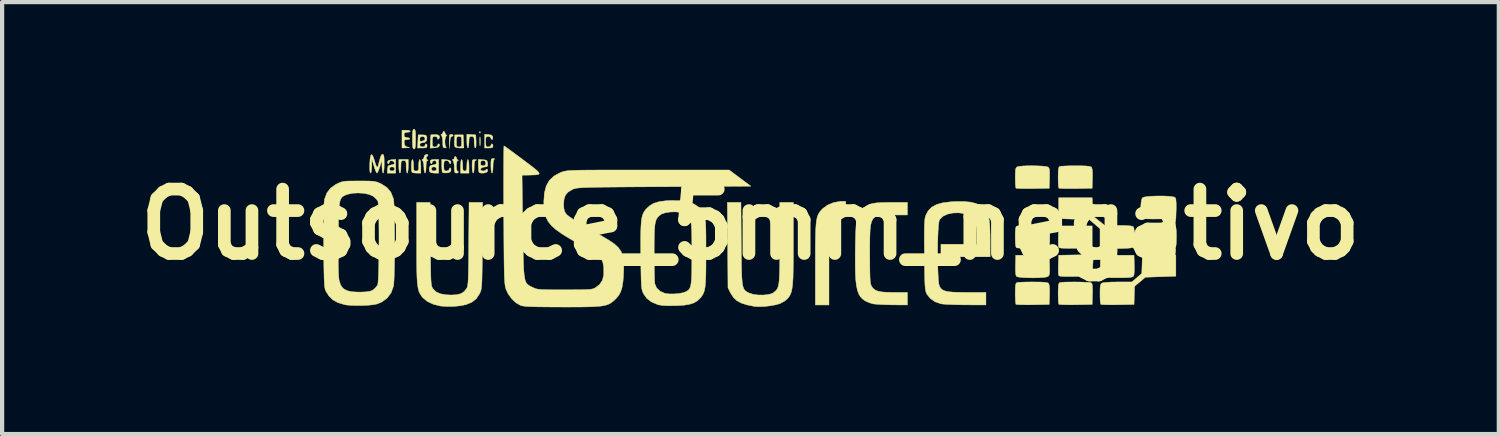
<source format=kicad_pcb>
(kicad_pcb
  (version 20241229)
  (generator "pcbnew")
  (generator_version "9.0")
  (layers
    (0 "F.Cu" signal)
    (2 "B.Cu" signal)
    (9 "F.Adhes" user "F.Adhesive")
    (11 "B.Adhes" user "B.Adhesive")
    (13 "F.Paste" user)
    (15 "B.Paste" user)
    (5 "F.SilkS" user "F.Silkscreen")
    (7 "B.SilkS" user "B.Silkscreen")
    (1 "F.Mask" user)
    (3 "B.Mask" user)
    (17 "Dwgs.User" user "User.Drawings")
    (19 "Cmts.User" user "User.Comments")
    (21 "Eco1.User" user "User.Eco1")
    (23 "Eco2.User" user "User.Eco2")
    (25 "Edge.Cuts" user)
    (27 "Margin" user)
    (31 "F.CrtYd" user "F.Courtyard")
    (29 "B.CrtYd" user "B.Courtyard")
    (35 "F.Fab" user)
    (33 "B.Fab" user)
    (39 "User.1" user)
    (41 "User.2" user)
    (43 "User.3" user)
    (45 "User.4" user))
  (footprint "Outsource_5mm_negativo"
    (layer "F.Cu")
    (at 14.703 2.258)
    (property "Reference" "Outsource_5mm_negativo" (at 0 0 0) (layer "F.SilkS") (effects (font (size 1.524 1.524) (thickness 0.3))))
    (attr through_hole)
    (fp_poly (pts (xy -6.395 -2.195) (xy -6.392 -2.166) (xy -6.395 -2.162) (xy -6.41 -2.165) (xy -6.412 -2.179) (xy -6.403 -2.199) (xy -6.395 -2.195)) (stroke (width 0.01) (type solid)) (fill yes) (layer "F.SilkS"))
    (fp_poly (pts (xy -6.395 -2.058) (xy -6.394 -2.048) (xy -6.39 -1.961) (xy -6.394 -1.878) (xy -6.394 -1.875) (xy -6.399 -1.858) (xy -6.402 -1.884) (xy -6.404 -1.949) (xy -6.404 -1.968) (xy -6.403 -2.038) (xy -6.399 -2.07) (xy -6.395 -2.058)) (stroke (width 0.01) (type solid)) (fill yes) (layer "F.SilkS"))
    (fp_poly (pts (xy -7.04 -2.119) (xy -7.031 -2.104) (xy -7.051 -2.082) (xy -7.067 -2.08) (xy -7.09 -2.064) (xy -7.104 -2.012) (xy -7.112 -1.937) (xy -7.12 -1.795) (xy -7.125 -1.962) (xy -7.126 -2.051) (xy -7.122 -2.101) (xy -7.108 -2.124) (xy -7.083 -2.129) (xy -7.08 -2.129) (xy -7.04 -2.119)) (stroke (width 0.01) (type solid)) (fill yes) (layer "F.SilkS"))
    (fp_poly (pts (xy 8.083 0.557) (xy 7.692 0.564) (xy 7.539 0.566) (xy 7.428 0.565) (xy 7.354 0.561) (xy 7.311 0.553) (xy 7.291 0.541) (xy 7.289 0.537) (xy 7.284 0.499) (xy 7.282 0.424) (xy 7.282 0.326) (xy 7.284 0.27) (xy 7.291 0.037) (xy 8.083 0.037) (xy 8.083 0.557)) (stroke (width 0.01) (type solid)) (fill yes) (layer "F.SilkS"))
    (fp_poly (pts (xy -6.084 -1.558) (xy -6.053 -1.552) (xy -6.059 -1.543) (xy -6.079 -1.51) (xy -6.089 -1.43) (xy -6.09 -1.372) (xy -6.094 -1.289) (xy -6.103 -1.232) (xy -6.115 -1.213) (xy -6.128 -1.236) (xy -6.136 -1.297) (xy -6.14 -1.386) (xy -6.14 -1.386) (xy -6.139 -1.477) (xy -6.133 -1.529) (xy -6.12 -1.552) (xy -6.095 -1.558) (xy -6.084 -1.558)) (stroke (width 0.01) (type solid)) (fill yes) (layer "F.SilkS"))
    (fp_poly (pts (xy -6.517 -1.532) (xy -6.48 -1.527) (xy -6.489 -1.519) (xy -6.492 -1.518) (xy -6.517 -1.502) (xy -6.531 -1.463) (xy -6.535 -1.389) (xy -6.536 -1.36) (xy -6.539 -1.281) (xy -6.549 -1.228) (xy -6.56 -1.213) (xy -6.573 -1.236) (xy -6.582 -1.296) (xy -6.585 -1.374) (xy -6.584 -1.46) (xy -6.579 -1.508) (xy -6.563 -1.529) (xy -6.533 -1.533) (xy -6.517 -1.532)) (stroke (width 0.01) (type solid)) (fill yes) (layer "F.SilkS"))
    (fp_poly (pts (xy -7.941 -2.244) (xy -7.93 -2.214) (xy -7.924 -2.152) (xy -7.922 -2.052) (xy -7.922 -2.018) (xy -7.923 -1.906) (xy -7.928 -1.835) (xy -7.938 -1.796) (xy -7.954 -1.783) (xy -7.959 -1.782) (xy -7.977 -1.791) (xy -7.988 -1.822) (xy -7.994 -1.883) (xy -7.996 -1.984) (xy -7.996 -2.018) (xy -7.995 -2.13) (xy -7.99 -2.201) (xy -7.98 -2.239) (xy -7.965 -2.252) (xy -7.959 -2.253) (xy -7.941 -2.244)) (stroke (width 0.01) (type solid)) (fill yes) (layer "F.SilkS"))
    (fp_poly (pts (xy 7.075 0.965) (xy 7.077 1.078) (xy 7.075 1.152) (xy 7.065 1.197) (xy 7.049 1.224) (xy 7.039 1.231) (xy 6.995 1.246) (xy 6.915 1.256) (xy 6.81 1.262) (xy 6.691 1.265) (xy 6.571 1.263) (xy 6.459 1.258) (xy 6.367 1.25) (xy 6.306 1.237) (xy 6.29 1.228) (xy 6.275 1.182) (xy 6.268 1.09) (xy 6.269 0.962) (xy 6.276 0.73) (xy 7.068 0.73) (xy 7.075 0.965)) (stroke (width 0.01) (type solid)) (fill yes) (layer "F.SilkS"))
    (fp_poly (pts (xy 9.08 0.962) (xy 9.081 1.093) (xy 9.073 1.184) (xy 9.059 1.228) (xy 9.035 1.242) (xy 8.987 1.253) (xy 8.908 1.259) (xy 8.791 1.262) (xy 8.68 1.262) (xy 8.552 1.261) (xy 8.44 1.257) (xy 8.354 1.251) (xy 8.305 1.244) (xy 8.299 1.242) (xy 8.283 1.215) (xy 8.274 1.157) (xy 8.272 1.061) (xy 8.274 0.976) (xy 8.281 0.73) (xy 9.073 0.73) (xy 9.08 0.962)) (stroke (width 0.01) (type solid)) (fill yes) (layer "F.SilkS"))
    (fp_poly (pts (xy -6.671 -1.512) (xy -6.662 -1.452) (xy -6.659 -1.374) (xy -6.659 -1.213) (xy -6.858 -1.213) (xy -6.858 -1.374) (xy -6.854 -1.458) (xy -6.845 -1.516) (xy -6.833 -1.535) (xy -6.819 -1.513) (xy -6.81 -1.455) (xy -6.808 -1.399) (xy -6.806 -1.32) (xy -6.797 -1.279) (xy -6.776 -1.264) (xy -6.758 -1.263) (xy -6.73 -1.268) (xy -6.715 -1.294) (xy -6.709 -1.351) (xy -6.709 -1.399) (xy -6.705 -1.473) (xy -6.694 -1.523) (xy -6.684 -1.535) (xy -6.671 -1.512)) (stroke (width 0.01) (type solid)) (fill yes) (layer "F.SilkS"))
    (fp_poly (pts (xy -6.604 -2.124) (xy -6.499 -2.117) (xy -6.491 -1.962) (xy -6.491 -1.871) (xy -6.499 -1.818) (xy -6.51 -1.807) (xy -6.525 -1.83) (xy -6.534 -1.89) (xy -6.536 -1.943) (xy -6.537 -2.021) (xy -6.546 -2.062) (xy -6.567 -2.077) (xy -6.598 -2.08) (xy -6.633 -2.076) (xy -6.651 -2.057) (xy -6.658 -2.011) (xy -6.659 -1.943) (xy -6.664 -1.869) (xy -6.674 -1.819) (xy -6.684 -1.807) (xy -6.697 -1.83) (xy -6.706 -1.89) (xy -6.709 -1.97) (xy -6.709 -2.132) (xy -6.604 -2.124)) (stroke (width 0.01) (type solid)) (fill yes) (layer "F.SilkS"))
    (fp_poly (pts (xy -8.095 -1.374) (xy -8.099 -1.29) (xy -8.108 -1.232) (xy -8.12 -1.213) (xy -8.133 -1.236) (xy -8.142 -1.295) (xy -8.145 -1.362) (xy -8.146 -1.444) (xy -8.153 -1.488) (xy -8.171 -1.507) (xy -8.205 -1.51) (xy -8.207 -1.51) (xy -8.241 -1.507) (xy -8.26 -1.49) (xy -8.267 -1.447) (xy -8.269 -1.367) (xy -8.269 -1.362) (xy -8.272 -1.282) (xy -8.282 -1.229) (xy -8.293 -1.213) (xy -8.306 -1.236) (xy -8.315 -1.296) (xy -8.318 -1.374) (xy -8.318 -1.535) (xy -8.095 -1.535) (xy -8.095 -1.374)) (stroke (width 0.01) (type solid)) (fill yes) (layer "F.SilkS"))
    (fp_poly (pts (xy 9.856 -0.668) (xy 9.955 -0.659) (xy 10.023 -0.647) (xy 10.049 -0.634) (xy 10.064 -0.587) (xy 10.071 -0.496) (xy 10.071 -0.368) (xy 10.063 -0.136) (xy 9.679 -0.129) (xy 9.516 -0.128) (xy 9.397 -0.13) (xy 9.318 -0.136) (xy 9.274 -0.147) (xy 9.264 -0.153) (xy 9.246 -0.197) (xy 9.236 -0.275) (xy 9.232 -0.371) (xy 9.236 -0.47) (xy 9.247 -0.557) (xy 9.264 -0.617) (xy 9.273 -0.63) (xy 9.314 -0.646) (xy 9.392 -0.659) (xy 9.497 -0.667) (xy 9.616 -0.671) (xy 9.74 -0.672) (xy 9.856 -0.668)) (stroke (width 0.01) (type solid)) (fill yes) (layer "F.SilkS"))
    (fp_poly (pts (xy -7.231 -2.183) (xy -7.229 -2.168) (xy -7.21 -2.127) (xy -7.198 -2.119) (xy -7.18 -2.102) (xy -7.198 -2.09) (xy -7.218 -2.056) (xy -7.228 -1.987) (xy -7.229 -1.956) (xy -7.223 -1.876) (xy -7.206 -1.83) (xy -7.198 -1.824) (xy -7.194 -1.814) (xy -7.223 -1.809) (xy -7.255 -1.813) (xy -7.272 -1.834) (xy -7.278 -1.885) (xy -7.278 -1.938) (xy -7.284 -2.018) (xy -7.297 -2.079) (xy -7.308 -2.099) (xy -7.325 -2.124) (xy -7.308 -2.129) (xy -7.282 -2.149) (xy -7.278 -2.166) (xy -7.265 -2.199) (xy -7.254 -2.203) (xy -7.231 -2.183)) (stroke (width 0.01) (type solid)) (fill yes) (layer "F.SilkS"))
    (fp_poly (pts (xy -7.81 -1.512) (xy -7.801 -1.452) (xy -7.798 -1.374) (xy -7.798 -1.213) (xy -7.893 -1.213) (xy -7.959 -1.217) (xy -8 -1.227) (xy -8.005 -1.23) (xy -8.015 -1.263) (xy -8.02 -1.325) (xy -8.02 -1.399) (xy -8.016 -1.469) (xy -8.007 -1.52) (xy -7.996 -1.535) (xy -7.983 -1.513) (xy -7.974 -1.455) (xy -7.972 -1.399) (xy -7.97 -1.321) (xy -7.961 -1.28) (xy -7.941 -1.265) (xy -7.91 -1.263) (xy -7.874 -1.266) (xy -7.856 -1.285) (xy -7.849 -1.331) (xy -7.848 -1.399) (xy -7.844 -1.473) (xy -7.833 -1.523) (xy -7.823 -1.535) (xy -7.81 -1.512)) (stroke (width 0.01) (type solid)) (fill yes) (layer "F.SilkS"))
    (fp_poly (pts (xy -7.634 -1.65) (xy -7.63 -1.646) (xy -7.632 -1.623) (xy -7.644 -1.616) (xy -7.672 -1.585) (xy -7.674 -1.572) (xy -7.655 -1.533) (xy -7.644 -1.527) (xy -7.625 -1.515) (xy -7.644 -1.512) (xy -7.663 -1.489) (xy -7.673 -1.421) (xy -7.674 -1.362) (xy -7.678 -1.282) (xy -7.688 -1.229) (xy -7.699 -1.213) (xy -7.713 -1.235) (xy -7.722 -1.293) (xy -7.724 -1.344) (xy -7.729 -1.424) (xy -7.743 -1.485) (xy -7.754 -1.505) (xy -7.771 -1.53) (xy -7.754 -1.535) (xy -7.73 -1.556) (xy -7.724 -1.585) (xy -7.708 -1.63) (xy -7.671 -1.655) (xy -7.634 -1.65)) (stroke (width 0.01) (type solid)) (fill yes) (layer "F.SilkS"))
    (fp_poly (pts (xy -7.399 -2.118) (xy -7.359 -2.091) (xy -7.355 -2.05) (xy -7.374 -2.023) (xy -7.397 -2.011) (xy -7.402 -2.037) (xy -7.422 -2.072) (xy -7.464 -2.08) (xy -7.501 -2.076) (xy -7.519 -2.055) (xy -7.525 -2.005) (xy -7.526 -1.956) (xy -7.524 -1.882) (xy -7.514 -1.846) (xy -7.489 -1.833) (xy -7.464 -1.832) (xy -7.414 -1.845) (xy -7.402 -1.869) (xy -7.388 -1.902) (xy -7.376 -1.906) (xy -7.357 -1.887) (xy -7.357 -1.863) (xy -7.379 -1.832) (xy -7.436 -1.815) (xy -7.472 -1.812) (xy -7.578 -1.804) (xy -7.563 -2.117) (xy -7.47 -2.124) (xy -7.399 -2.118)) (stroke (width 0.01) (type solid)) (fill yes) (layer "F.SilkS"))
    (fp_poly (pts (xy -6.959 -1.589) (xy -6.957 -1.574) (xy -6.938 -1.534) (xy -6.926 -1.527) (xy -6.907 -1.515) (xy -6.926 -1.512) (xy -6.943 -1.49) (xy -6.953 -1.436) (xy -6.957 -1.37) (xy -6.953 -1.308) (xy -6.941 -1.269) (xy -6.932 -1.263) (xy -6.908 -1.244) (xy -6.907 -1.238) (xy -6.928 -1.218) (xy -6.957 -1.213) (xy -6.986 -1.219) (xy -7 -1.246) (xy -7.006 -1.304) (xy -7.006 -1.344) (xy -7.011 -1.424) (xy -7.025 -1.485) (xy -7.036 -1.505) (xy -7.053 -1.53) (xy -7.036 -1.535) (xy -7.009 -1.555) (xy -7.006 -1.572) (xy -6.993 -1.605) (xy -6.981 -1.609) (xy -6.959 -1.589)) (stroke (width 0.01) (type solid)) (fill yes) (layer "F.SilkS"))
    (fp_poly (pts (xy -6.195 -2.124) (xy -6.131 -2.113) (xy -6.101 -2.087) (xy -6.095 -2.061) (xy -6.098 -2.018) (xy -6.113 -2.005) (xy -6.137 -2.025) (xy -6.14 -2.042) (xy -6.161 -2.072) (xy -6.201 -2.08) (xy -6.238 -2.076) (xy -6.257 -2.055) (xy -6.263 -2.005) (xy -6.263 -1.956) (xy -6.261 -1.882) (xy -6.251 -1.846) (xy -6.226 -1.833) (xy -6.201 -1.832) (xy -6.152 -1.845) (xy -6.14 -1.869) (xy -6.126 -1.902) (xy -6.115 -1.906) (xy -6.095 -1.886) (xy -6.09 -1.857) (xy -6.098 -1.824) (xy -6.132 -1.81) (xy -6.189 -1.807) (xy -6.288 -1.807) (xy -6.288 -2.132) (xy -6.195 -2.124)) (stroke (width 0.01) (type solid)) (fill yes) (layer "F.SilkS"))
    (fp_poly (pts (xy 6.83 1.363) (xy 6.934 1.367) (xy 7.002 1.375) (xy 7.041 1.386) (xy 7.053 1.396) (xy 7.068 1.443) (xy 7.076 1.534) (xy 7.075 1.662) (xy 7.068 1.894) (xy 6.683 1.901) (xy 6.549 1.902) (xy 6.434 1.901) (xy 6.345 1.898) (xy 6.291 1.894) (xy 6.28 1.89) (xy 6.273 1.86) (xy 6.267 1.791) (xy 6.264 1.696) (xy 6.263 1.632) (xy 6.265 1.517) (xy 6.27 1.443) (xy 6.28 1.4) (xy 6.297 1.379) (xy 6.303 1.377) (xy 6.341 1.371) (xy 6.418 1.367) (xy 6.524 1.363) (xy 6.649 1.362) (xy 6.683 1.362) (xy 6.83 1.363)) (stroke (width 0.01) (type solid)) (fill yes) (layer "F.SilkS"))
    (fp_poly (pts (xy 7.782 1.363) (xy 7.894 1.367) (xy 7.986 1.371) (xy 8.048 1.378) (xy 8.065 1.383) (xy 8.081 1.409) (xy 8.089 1.467) (xy 8.092 1.564) (xy 8.09 1.648) (xy 8.083 1.894) (xy 7.698 1.901) (xy 7.564 1.902) (xy 7.449 1.901) (xy 7.36 1.898) (xy 7.306 1.894) (xy 7.295 1.89) (xy 7.288 1.86) (xy 7.282 1.791) (xy 7.279 1.696) (xy 7.278 1.632) (xy 7.28 1.517) (xy 7.285 1.443) (xy 7.295 1.4) (xy 7.312 1.379) (xy 7.318 1.377) (xy 7.36 1.37) (xy 7.439 1.365) (xy 7.543 1.363) (xy 7.661 1.362) (xy 7.782 1.363)) (stroke (width 0.01) (type solid)) (fill yes) (layer "F.SilkS"))
    (fp_poly (pts (xy 7.845 -1.385) (xy 7.949 -1.381) (xy 8.017 -1.373) (xy 8.056 -1.362) (xy 8.068 -1.352) (xy 8.083 -1.305) (xy 8.091 -1.214) (xy 8.09 -1.086) (xy 8.083 -0.854) (xy 7.698 -0.847) (xy 7.564 -0.846) (xy 7.449 -0.847) (xy 7.36 -0.85) (xy 7.306 -0.854) (xy 7.295 -0.858) (xy 7.288 -0.888) (xy 7.282 -0.957) (xy 7.279 -1.052) (xy 7.278 -1.116) (xy 7.28 -1.231) (xy 7.285 -1.305) (xy 7.295 -1.348) (xy 7.312 -1.369) (xy 7.318 -1.371) (xy 7.356 -1.377) (xy 7.433 -1.381) (xy 7.539 -1.385) (xy 7.664 -1.386) (xy 7.698 -1.386) (xy 7.845 -1.385)) (stroke (width 0.01) (type solid)) (fill yes) (layer "F.SilkS"))
    (fp_poly (pts (xy -8.083 -2.223) (xy -8.048 -2.209) (xy -8.046 -2.203) (xy -8.067 -2.186) (xy -8.119 -2.179) (xy -8.12 -2.179) (xy -8.173 -2.172) (xy -8.193 -2.144) (xy -8.194 -2.117) (xy -8.184 -2.069) (xy -8.144 -2.055) (xy -8.134 -2.055) (xy -8.081 -2.046) (xy -8.058 -2.03) (xy -8.068 -2.013) (xy -8.116 -2.005) (xy -8.12 -2.005) (xy -8.173 -2.001) (xy -8.191 -1.977) (xy -8.19 -1.925) (xy -8.176 -1.866) (xy -8.139 -1.837) (xy -8.108 -1.829) (xy -8.067 -1.819) (xy -8.068 -1.814) (xy -8.114 -1.811) (xy -8.139 -1.81) (xy -8.244 -1.807) (xy -8.244 -2.228) (xy -8.145 -2.228) (xy -8.083 -2.223)) (stroke (width 0.01) (type solid)) (fill yes) (layer "F.SilkS"))
    (fp_poly (pts (xy -6.788 -1.962) (xy -6.781 -1.807) (xy -6.882 -1.807) (xy -6.957 -1.816) (xy -6.995 -1.839) (xy -6.996 -1.841) (xy -7.002 -1.885) (xy -7.003 -1.956) (xy -6.957 -1.956) (xy -6.955 -1.882) (xy -6.944 -1.846) (xy -6.919 -1.833) (xy -6.895 -1.832) (xy -6.858 -1.836) (xy -6.84 -1.856) (xy -6.833 -1.906) (xy -6.833 -1.956) (xy -6.835 -2.029) (xy -6.845 -2.066) (xy -6.87 -2.078) (xy -6.895 -2.08) (xy -6.931 -2.076) (xy -6.95 -2.055) (xy -6.956 -2.005) (xy -6.957 -1.956) (xy -7.003 -1.956) (xy -7.003 -1.957) (xy -7.001 -1.996) (xy -6.994 -2.117) (xy -6.796 -2.117) (xy -6.788 -1.962)) (stroke (width 0.01) (type solid)) (fill yes) (layer "F.SilkS"))
    (fp_poly (pts (xy 6.791 -1.384) (xy 6.9 -1.379) (xy 6.985 -1.37) (xy 7.035 -1.358) (xy 7.039 -1.355) (xy 7.06 -1.333) (xy 7.072 -1.297) (xy 7.077 -1.235) (xy 7.076 -1.139) (xy 7.075 -1.089) (xy 7.068 -0.854) (xy 6.683 -0.847) (xy 6.549 -0.846) (xy 6.434 -0.847) (xy 6.345 -0.85) (xy 6.291 -0.854) (xy 6.28 -0.858) (xy 6.273 -0.888) (xy 6.267 -0.957) (xy 6.264 -1.051) (xy 6.263 -1.105) (xy 6.265 -1.215) (xy 6.269 -1.286) (xy 6.28 -1.328) (xy 6.297 -1.352) (xy 6.311 -1.361) (xy 6.359 -1.373) (xy 6.443 -1.381) (xy 6.551 -1.386) (xy 6.671 -1.387) (xy 6.791 -1.384)) (stroke (width 0.01) (type solid)) (fill yes) (layer "F.SilkS"))
    (fp_poly (pts (xy 10.063 1.225) (xy 9.703 1.238) (xy 9.342 1.25) (xy 9.215 1.357) (xy 9.087 1.464) (xy 9.08 1.679) (xy 9.073 1.894) (xy 8.688 1.901) (xy 8.555 1.902) (xy 8.439 1.901) (xy 8.35 1.898) (xy 8.297 1.894) (xy 8.286 1.89) (xy 8.278 1.86) (xy 8.272 1.791) (xy 8.269 1.697) (xy 8.269 1.643) (xy 8.27 1.533) (xy 8.275 1.462) (xy 8.285 1.42) (xy 8.303 1.396) (xy 8.317 1.387) (xy 8.358 1.378) (xy 8.439 1.37) (xy 8.547 1.364) (xy 8.672 1.362) (xy 8.694 1.361) (xy 9.024 1.361) (xy 9.14 1.261) (xy 9.257 1.161) (xy 9.271 0.73) (xy 10.063 0.73) (xy 10.063 1.225)) (stroke (width 0.01) (type solid)) (fill yes) (layer "F.SilkS"))
    (fp_poly (pts (xy -8.392 -1.213) (xy -8.593 -1.213) (xy -8.586 -1.306) (xy -8.585 -1.312) (xy -8.541 -1.312) (xy -8.526 -1.273) (xy -8.479 -1.263) (xy -8.431 -1.274) (xy -8.417 -1.312) (xy -8.432 -1.351) (xy -8.479 -1.362) (xy -8.528 -1.35) (xy -8.541 -1.312) (xy -8.585 -1.312) (xy -8.576 -1.368) (xy -8.552 -1.396) (xy -8.5 -1.406) (xy -8.496 -1.407) (xy -8.439 -1.419) (xy -8.421 -1.445) (xy -8.422 -1.456) (xy -8.445 -1.49) (xy -8.486 -1.506) (xy -8.525 -1.502) (xy -8.541 -1.475) (xy -8.555 -1.441) (xy -8.568 -1.436) (xy -8.586 -1.456) (xy -8.586 -1.479) (xy -8.559 -1.513) (xy -8.493 -1.53) (xy -8.485 -1.53) (xy -8.392 -1.538) (xy -8.392 -1.213)) (stroke (width 0.01) (type solid)) (fill yes) (layer "F.SilkS"))
    (fp_poly (pts (xy -7.198 -1.53) (xy -7.124 -1.518) (xy -7.09 -1.493) (xy -7.085 -1.479) (xy -7.09 -1.443) (xy -7.103 -1.436) (xy -7.127 -1.456) (xy -7.13 -1.473) (xy -7.151 -1.503) (xy -7.192 -1.51) (xy -7.228 -1.506) (xy -7.247 -1.486) (xy -7.253 -1.436) (xy -7.254 -1.386) (xy -7.252 -1.313) (xy -7.241 -1.276) (xy -7.217 -1.264) (xy -7.192 -1.263) (xy -7.142 -1.275) (xy -7.13 -1.3) (xy -7.116 -1.333) (xy -7.103 -1.337) (xy -7.086 -1.316) (xy -7.085 -1.281) (xy -7.102 -1.241) (xy -7.147 -1.222) (xy -7.18 -1.218) (xy -7.243 -1.218) (xy -7.283 -1.226) (xy -7.285 -1.228) (xy -7.295 -1.261) (xy -7.301 -1.327) (xy -7.303 -1.392) (xy -7.303 -1.538) (xy -7.198 -1.53)) (stroke (width 0.01) (type solid)) (fill yes) (layer "F.SilkS"))
    (fp_poly (pts (xy -7.377 -1.213) (xy -7.477 -1.213) (xy -7.554 -1.222) (xy -7.59 -1.248) (xy -7.591 -1.248) (xy -7.598 -1.301) (xy -7.598 -1.312) (xy -7.551 -1.312) (xy -7.536 -1.273) (xy -7.489 -1.263) (xy -7.44 -1.274) (xy -7.427 -1.312) (xy -7.441 -1.351) (xy -7.489 -1.362) (xy -7.537 -1.35) (xy -7.551 -1.312) (xy -7.598 -1.312) (xy -7.596 -1.341) (xy -7.578 -1.384) (xy -7.53 -1.404) (xy -7.507 -1.406) (xy -7.449 -1.42) (xy -7.428 -1.452) (xy -7.427 -1.462) (xy -7.445 -1.502) (xy -7.476 -1.51) (xy -7.517 -1.495) (xy -7.526 -1.473) (xy -7.539 -1.44) (xy -7.551 -1.436) (xy -7.571 -1.457) (xy -7.575 -1.485) (xy -7.567 -1.518) (xy -7.534 -1.532) (xy -7.476 -1.535) (xy -7.377 -1.535) (xy -7.377 -1.213)) (stroke (width 0.01) (type solid)) (fill yes) (layer "F.SilkS"))
    (fp_poly (pts (xy 6.767 0.026) (xy 6.879 0.028) (xy 6.971 0.032) (xy 7.029 0.037) (xy 7.041 0.04) (xy 7.06 0.056) (xy 7.072 0.092) (xy 7.078 0.157) (xy 7.08 0.26) (xy 7.08 0.297) (xy 7.079 0.413) (xy 7.074 0.488) (xy 7.064 0.531) (xy 7.047 0.551) (xy 7.041 0.554) (xy 7.002 0.56) (xy 6.925 0.564) (xy 6.822 0.566) (xy 6.704 0.567) (xy 6.583 0.567) (xy 6.469 0.565) (xy 6.375 0.561) (xy 6.312 0.557) (xy 6.294 0.553) (xy 6.278 0.527) (xy 6.268 0.463) (xy 6.264 0.356) (xy 6.263 0.298) (xy 6.265 0.182) (xy 6.27 0.107) (xy 6.28 0.063) (xy 6.296 0.043) (xy 6.303 0.04) (xy 6.343 0.034) (xy 6.422 0.029) (xy 6.527 0.026) (xy 6.646 0.025) (xy 6.767 0.026)) (stroke (width 0.01) (type solid)) (fill yes) (layer "F.SilkS"))
    (fp_poly (pts (xy 9.641 0.025) (xy 9.772 0.026) (xy 9.887 0.029) (xy 9.975 0.033) (xy 10.028 0.038) (xy 10.037 0.04) (xy 10.055 0.056) (xy 10.067 0.092) (xy 10.073 0.157) (xy 10.076 0.26) (xy 10.076 0.297) (xy 10.074 0.413) (xy 10.069 0.488) (xy 10.059 0.531) (xy 10.043 0.551) (xy 10.037 0.554) (xy 9.999 0.56) (xy 9.921 0.564) (xy 9.815 0.568) (xy 9.689 0.569) (xy 9.641 0.569) (xy 9.501 0.569) (xy 9.402 0.567) (xy 9.336 0.562) (xy 9.296 0.553) (xy 9.273 0.54) (xy 9.26 0.522) (xy 9.247 0.473) (xy 9.238 0.393) (xy 9.234 0.298) (xy 9.234 0.297) (xy 9.235 0.197) (xy 9.241 0.124) (xy 9.26 0.076) (xy 9.3 0.046) (xy 9.366 0.031) (xy 9.466 0.026) (xy 9.608 0.025) (xy 9.641 0.025)) (stroke (width 0.01) (type solid)) (fill yes) (layer "F.SilkS"))
    (fp_poly (pts (xy -7.697 -2.113) (xy -7.667 -2.096) (xy -7.655 -2.054) (xy -7.654 -2.045) (xy -7.662 -1.977) (xy -7.707 -1.94) (xy -7.767 -1.931) (xy -7.813 -1.917) (xy -7.823 -1.881) (xy -7.808 -1.843) (xy -7.761 -1.832) (xy -7.711 -1.845) (xy -7.699 -1.869) (xy -7.686 -1.902) (xy -7.674 -1.906) (xy -7.654 -1.886) (xy -7.65 -1.857) (xy -7.657 -1.826) (xy -7.687 -1.811) (xy -7.752 -1.807) (xy -7.762 -1.807) (xy -7.875 -1.807) (xy -7.868 -1.962) (xy -7.865 -2.015) (xy -7.823 -2.015) (xy -7.816 -1.969) (xy -7.789 -1.964) (xy -7.784 -1.965) (xy -7.737 -1.979) (xy -7.722 -1.981) (xy -7.703 -2.001) (xy -7.699 -2.03) (xy -7.714 -2.069) (xy -7.761 -2.08) (xy -7.808 -2.07) (xy -7.823 -2.031) (xy -7.823 -2.015) (xy -7.865 -2.015) (xy -7.86 -2.117) (xy -7.761 -2.117) (xy -7.697 -2.113)) (stroke (width 0.01) (type solid)) (fill yes) (layer "F.SilkS"))
    (fp_poly (pts (xy 2.253 -0.41) (xy 2.251 -0.332) (xy 2.242 -0.29) (xy 2.217 -0.27) (xy 2.17 -0.259) (xy 2.169 -0.259) (xy 2.088 -0.234) (xy 2.008 -0.196) (xy 2.007 -0.195) (xy 1.97 -0.172) (xy 1.941 -0.146) (xy 1.916 -0.114) (xy 1.897 -0.071) (xy 1.883 -0.011) (xy 1.872 0.07) (xy 1.865 0.176) (xy 1.861 0.313) (xy 1.858 0.485) (xy 1.857 0.696) (xy 1.857 0.952) (xy 1.857 1.906) (xy 1.535 1.906) (xy 1.535 0.933) (xy 1.535 0.666) (xy 1.536 0.444) (xy 1.539 0.262) (xy 1.544 0.114) (xy 1.552 -0.004) (xy 1.563 -0.097) (xy 1.579 -0.17) (xy 1.599 -0.227) (xy 1.625 -0.275) (xy 1.657 -0.317) (xy 1.696 -0.359) (xy 1.71 -0.374) (xy 1.825 -0.458) (xy 1.968 -0.516) (xy 2.123 -0.544) (xy 2.158 -0.545) (xy 2.253 -0.545) (xy 2.253 -0.41)) (stroke (width 0.01) (type solid)) (fill yes) (layer "F.SilkS"))
    (fp_poly (pts (xy -6.331 -1.53) (xy -6.265 -1.522) (xy -6.233 -1.504) (xy -6.221 -1.463) (xy -6.218 -1.442) (xy -6.218 -1.386) (xy -6.238 -1.364) (xy -6.26 -1.362) (xy -6.336 -1.35) (xy -6.38 -1.32) (xy -6.387 -1.297) (xy -6.368 -1.272) (xy -6.324 -1.263) (xy -6.279 -1.272) (xy -6.256 -1.294) (xy -6.236 -1.311) (xy -6.227 -1.307) (xy -6.218 -1.272) (xy -6.222 -1.251) (xy -6.254 -1.227) (xy -6.312 -1.214) (xy -6.374 -1.213) (xy -6.418 -1.228) (xy -6.42 -1.23) (xy -6.429 -1.261) (xy -6.435 -1.327) (xy -6.437 -1.392) (xy -6.437 -1.448) (xy -6.387 -1.448) (xy -6.377 -1.401) (xy -6.337 -1.387) (xy -6.325 -1.386) (xy -6.278 -1.397) (xy -6.264 -1.437) (xy -6.263 -1.448) (xy -6.274 -1.495) (xy -6.314 -1.51) (xy -6.325 -1.51) (xy -6.372 -1.5) (xy -6.387 -1.46) (xy -6.387 -1.448) (xy -6.437 -1.448) (xy -6.437 -1.538) (xy -6.331 -1.53)) (stroke (width 0.01) (type solid)) (fill yes) (layer "F.SilkS"))
    (fp_poly (pts (xy -8.683 -1.649) (xy -8.672 -1.616) (xy -8.666 -1.549) (xy -8.665 -1.442) (xy -8.665 -1.436) (xy -8.667 -1.329) (xy -8.675 -1.253) (xy -8.685 -1.216) (xy -8.689 -1.213) (xy -8.703 -1.236) (xy -8.712 -1.294) (xy -8.717 -1.368) (xy -8.719 -1.523) (xy -8.767 -1.368) (xy -8.794 -1.289) (xy -8.819 -1.233) (xy -8.835 -1.213) (xy -8.852 -1.235) (xy -8.877 -1.292) (xy -8.904 -1.374) (xy -8.906 -1.38) (xy -8.957 -1.547) (xy -8.959 -1.38) (xy -8.964 -1.291) (xy -8.975 -1.232) (xy -8.988 -1.213) (xy -9 -1.237) (xy -9.007 -1.306) (xy -9.006 -1.416) (xy -9.006 -1.428) (xy -8.998 -1.55) (xy -8.984 -1.625) (xy -8.965 -1.652) (xy -8.94 -1.631) (xy -8.911 -1.56) (xy -8.898 -1.518) (xy -8.867 -1.418) (xy -8.843 -1.364) (xy -8.823 -1.354) (xy -8.807 -1.386) (xy -8.803 -1.403) (xy -8.773 -1.519) (xy -8.751 -1.595) (xy -8.732 -1.638) (xy -8.713 -1.656) (xy -8.701 -1.659) (xy -8.683 -1.649)) (stroke (width 0.01) (type solid)) (fill yes) (layer "F.SilkS"))
    (fp_poly (pts (xy 8.095 -0.412) (xy 8.108 -0.193) (xy 8.244 -0.084) (xy 8.38 0.025) (xy 8.703 0.025) (xy 8.863 0.027) (xy 8.975 0.034) (xy 9.04 0.046) (xy 9.056 0.054) (xy 9.071 0.095) (xy 9.081 0.169) (xy 9.086 0.264) (xy 9.085 0.363) (xy 9.078 0.452) (xy 9.067 0.517) (xy 9.056 0.54) (xy 9.016 0.554) (xy 8.93 0.564) (xy 8.796 0.569) (xy 8.706 0.569) (xy 8.385 0.569) (xy 8.246 0.683) (xy 8.108 0.797) (xy 8.095 1.011) (xy 8.083 1.225) (xy 7.692 1.232) (xy 7.539 1.234) (xy 7.429 1.233) (xy 7.355 1.229) (xy 7.311 1.221) (xy 7.291 1.209) (xy 7.289 1.206) (xy 7.284 1.167) (xy 7.282 1.092) (xy 7.282 0.995) (xy 7.284 0.951) (xy 7.291 0.73) (xy 8.006 0.717) (xy 8.137 0.615) (xy 8.269 0.514) (xy 8.269 0.102) (xy 8.021 -0.111) (xy 7.656 -0.124) (xy 7.291 -0.136) (xy 7.291 -0.631) (xy 8.083 -0.631) (xy 8.095 -0.412)) (stroke (width 0.01) (type solid)) (fill yes) (layer "F.SilkS"))
    (fp_poly (pts (xy -0.218 0.452) (xy -0.216 0.712) (xy -0.213 0.927) (xy -0.21 1.102) (xy -0.205 1.241) (xy -0.197 1.349) (xy -0.186 1.432) (xy -0.17 1.492) (xy -0.151 1.536) (xy -0.125 1.567) (xy -0.094 1.591) (xy -0.055 1.612) (xy -0.032 1.623) (xy 0.061 1.654) (xy 0.178 1.67) (xy 0.301 1.672) (xy 0.416 1.661) (xy 0.506 1.637) (xy 0.537 1.62) (xy 0.574 1.591) (xy 0.606 1.563) (xy 0.631 1.529) (xy 0.651 1.486) (xy 0.666 1.429) (xy 0.677 1.352) (xy 0.684 1.251) (xy 0.689 1.122) (xy 0.692 0.958) (xy 0.693 0.756) (xy 0.693 0.511) (xy 0.693 0.439) (xy 0.693 -0.52) (xy 1.015 -0.52) (xy 1.015 0.453) (xy 1.015 0.723) (xy 1.013 0.948) (xy 1.01 1.132) (xy 1.006 1.282) (xy 0.998 1.402) (xy 0.987 1.497) (xy 0.973 1.571) (xy 0.955 1.63) (xy 0.932 1.679) (xy 0.904 1.721) (xy 0.877 1.755) (xy 0.817 1.807) (xy 0.734 1.856) (xy 0.684 1.878) (xy 0.59 1.904) (xy 0.467 1.926) (xy 0.334 1.941) (xy 0.209 1.947) (xy 0.111 1.943) (xy 0.099 1.941) (xy -0.08 1.905) (xy -0.217 1.861) (xy -0.321 1.805) (xy -0.401 1.731) (xy -0.463 1.636) (xy -0.473 1.618) (xy -0.532 1.498) (xy -0.547 -0.52) (xy -0.225 -0.52) (xy -0.218 0.452)) (stroke (width 0.01) (type solid)) (fill yes) (layer "F.SilkS"))
    (fp_poly (pts (xy 3.713 -0.223) (xy 3.378 -0.223) (xy 3.234 -0.223) (xy 3.118 -0.219) (xy 3.026 -0.207) (xy 2.955 -0.182) (xy 2.903 -0.139) (xy 2.867 -0.074) (xy 2.843 0.018) (xy 2.83 0.142) (xy 2.824 0.302) (xy 2.822 0.503) (xy 2.822 0.694) (xy 2.823 0.902) (xy 2.824 1.066) (xy 2.826 1.193) (xy 2.83 1.287) (xy 2.835 1.356) (xy 2.843 1.404) (xy 2.853 1.438) (xy 2.864 1.463) (xy 2.905 1.518) (xy 2.957 1.557) (xy 3.029 1.584) (xy 3.128 1.6) (xy 3.262 1.608) (xy 3.389 1.609) (xy 3.713 1.609) (xy 3.713 1.906) (xy 3.361 1.904) (xy 3.223 1.901) (xy 3.094 1.896) (xy 2.986 1.889) (xy 2.912 1.882) (xy 2.901 1.88) (xy 2.81 1.853) (xy 2.724 1.815) (xy 2.71 1.807) (xy 2.65 1.763) (xy 2.599 1.709) (xy 2.559 1.641) (xy 2.529 1.554) (xy 2.506 1.443) (xy 2.49 1.303) (xy 2.481 1.13) (xy 2.478 0.919) (xy 2.479 0.664) (xy 2.48 0.571) (xy 2.484 0.35) (xy 2.49 0.171) (xy 2.498 0.03) (xy 2.51 -0.08) (xy 2.528 -0.166) (xy 2.552 -0.233) (xy 2.584 -0.288) (xy 2.626 -0.337) (xy 2.678 -0.386) (xy 2.681 -0.389) (xy 2.741 -0.435) (xy 2.804 -0.469) (xy 2.88 -0.493) (xy 2.978 -0.508) (xy 3.104 -0.516) (xy 3.269 -0.52) (xy 3.336 -0.52) (xy 3.713 -0.52) (xy 3.713 -0.223)) (stroke (width 0.01) (type solid)) (fill yes) (layer "F.SilkS"))
    (fp_poly (pts (xy -7.57 0.464) (xy -7.568 0.711) (xy -7.567 0.913) (xy -7.565 1.075) (xy -7.562 1.202) (xy -7.559 1.299) (xy -7.554 1.372) (xy -7.548 1.424) (xy -7.541 1.461) (xy -7.531 1.488) (xy -7.519 1.509) (xy -7.507 1.527) (xy -7.437 1.596) (xy -7.339 1.641) (xy -7.206 1.665) (xy -7.079 1.671) (xy -6.946 1.663) (xy -6.848 1.638) (xy -6.774 1.59) (xy -6.716 1.517) (xy -6.704 1.497) (xy -6.695 1.469) (xy -6.688 1.429) (xy -6.682 1.373) (xy -6.677 1.294) (xy -6.674 1.19) (xy -6.671 1.054) (xy -6.668 0.881) (xy -6.666 0.669) (xy -6.665 0.465) (xy -6.657 -0.52) (xy -6.335 -0.52) (xy -6.343 0.501) (xy -6.344 0.753) (xy -6.346 0.96) (xy -6.348 1.127) (xy -6.351 1.26) (xy -6.354 1.364) (xy -6.359 1.442) (xy -6.365 1.501) (xy -6.372 1.545) (xy -6.382 1.58) (xy -6.393 1.609) (xy -6.407 1.639) (xy -6.408 1.64) (xy -6.485 1.757) (xy -6.59 1.84) (xy -6.724 1.896) (xy -6.855 1.924) (xy -7.013 1.94) (xy -7.177 1.943) (xy -7.324 1.932) (xy -7.338 1.93) (xy -7.507 1.888) (xy -7.648 1.821) (xy -7.751 1.734) (xy -7.764 1.719) (xy -7.796 1.675) (xy -7.822 1.63) (xy -7.844 1.581) (xy -7.86 1.52) (xy -7.873 1.445) (xy -7.883 1.349) (xy -7.89 1.228) (xy -7.894 1.076) (xy -7.896 0.889) (xy -7.897 0.662) (xy -7.897 0.442) (xy -7.897 -0.52) (xy -7.578 -0.52) (xy -7.57 0.464)) (stroke (width 0.01) (type solid)) (fill yes) (layer "F.SilkS"))
    (fp_poly (pts (xy 5.201 -0.527) (xy 5.329 -0.497) (xy 5.432 -0.448) (xy 5.519 -0.379) (xy 5.522 -0.375) (xy 5.571 -0.319) (xy 5.608 -0.253) (xy 5.634 -0.172) (xy 5.653 -0.068) (xy 5.663 0.067) (xy 5.668 0.24) (xy 5.669 0.373) (xy 5.669 0.767) (xy 4.506 0.767) (xy 4.506 0.47) (xy 5.347 0.47) (xy 5.347 0.234) (xy 5.343 0.096) (xy 5.331 -0.014) (xy 5.313 -0.084) (xy 5.255 -0.162) (xy 5.163 -0.22) (xy 5.047 -0.258) (xy 4.918 -0.274) (xy 4.786 -0.269) (xy 4.663 -0.243) (xy 4.558 -0.195) (xy 4.484 -0.125) (xy 4.47 -0.102) (xy 4.457 -0.051) (xy 4.447 0.041) (xy 4.438 0.166) (xy 4.432 0.317) (xy 4.428 0.484) (xy 4.427 0.661) (xy 4.428 0.838) (xy 4.431 1.009) (xy 4.437 1.164) (xy 4.444 1.296) (xy 4.455 1.396) (xy 4.467 1.456) (xy 4.47 1.464) (xy 4.5 1.511) (xy 4.54 1.547) (xy 4.596 1.573) (xy 4.674 1.591) (xy 4.782 1.602) (xy 4.926 1.608) (xy 5.112 1.609) (xy 5.124 1.609) (xy 5.57 1.609) (xy 5.57 1.906) (xy 5.094 1.904) (xy 4.937 1.902) (xy 4.79 1.898) (xy 4.662 1.892) (xy 4.564 1.886) (xy 4.508 1.879) (xy 4.371 1.833) (xy 4.256 1.754) (xy 4.175 1.654) (xy 4.169 1.642) (xy 4.156 1.613) (xy 4.146 1.578) (xy 4.137 1.533) (xy 4.131 1.472) (xy 4.126 1.39) (xy 4.122 1.28) (xy 4.119 1.138) (xy 4.117 0.957) (xy 4.115 0.733) (xy 4.115 0.718) (xy 4.113 0.486) (xy 4.112 0.299) (xy 4.113 0.15) (xy 4.115 0.034) (xy 4.119 -0.054) (xy 4.125 -0.119) (xy 4.133 -0.167) (xy 4.143 -0.204) (xy 4.146 -0.213) (xy 4.204 -0.322) (xy 4.287 -0.407) (xy 4.401 -0.469) (xy 4.55 -0.511) (xy 4.738 -0.534) (xy 4.842 -0.54) (xy 5.042 -0.541) (xy 5.201 -0.527)) (stroke (width 0.01) (type solid)) (fill yes) (layer "F.SilkS"))
    (fp_poly (pts (xy -1.674 -0.562) (xy -1.482 -0.534) (xy -1.329 -0.479) (xy -1.211 -0.397) (xy -1.127 -0.285) (xy -1.102 -0.233) (xy -1.088 -0.195) (xy -1.077 -0.156) (xy -1.069 -0.108) (xy -1.062 -0.045) (xy -1.058 0.038) (xy -1.055 0.148) (xy -1.053 0.289) (xy -1.053 0.469) (xy -1.052 0.668) (xy -1.053 0.908) (xy -1.054 1.103) (xy -1.058 1.261) (xy -1.065 1.385) (xy -1.074 1.482) (xy -1.088 1.557) (xy -1.107 1.617) (xy -1.131 1.665) (xy -1.16 1.709) (xy -1.182 1.736) (xy -1.253 1.805) (xy -1.336 1.856) (xy -1.441 1.89) (xy -1.576 1.912) (xy -1.75 1.922) (xy -1.782 1.923) (xy -1.958 1.924) (xy -2.09 1.917) (xy -2.182 1.901) (xy -2.195 1.897) (xy -2.343 1.834) (xy -2.45 1.753) (xy -2.526 1.647) (xy -2.53 1.639) (xy -2.546 1.605) (xy -2.559 1.57) (xy -2.569 1.53) (xy -2.576 1.478) (xy -2.582 1.408) (xy -2.586 1.314) (xy -2.589 1.191) (xy -2.592 1.032) (xy -2.594 0.831) (xy -2.595 0.755) (xy -2.596 0.659) (xy -2.278 0.659) (xy -2.277 0.841) (xy -2.275 1.009) (xy -2.273 1.158) (xy -2.27 1.279) (xy -2.266 1.365) (xy -2.262 1.408) (xy -2.219 1.504) (xy -2.137 1.582) (xy -2.028 1.63) (xy -2.021 1.632) (xy -1.921 1.645) (xy -1.801 1.645) (xy -1.681 1.634) (xy -1.579 1.613) (xy -1.532 1.595) (xy -1.493 1.573) (xy -1.461 1.548) (xy -1.437 1.514) (xy -1.418 1.466) (xy -1.405 1.399) (xy -1.396 1.307) (xy -1.39 1.185) (xy -1.388 1.028) (xy -1.387 0.831) (xy -1.386 0.676) (xy -1.387 0.449) (xy -1.388 0.266) (xy -1.392 0.121) (xy -1.4 0.01) (xy -1.411 -0.073) (xy -1.429 -0.134) (xy -1.453 -0.177) (xy -1.485 -0.209) (xy -1.525 -0.235) (xy -1.572 -0.258) (xy -1.664 -0.285) (xy -1.78 -0.297) (xy -1.904 -0.293) (xy -2.018 -0.275) (xy -2.105 -0.244) (xy -2.121 -0.233) (xy -2.165 -0.199) (xy -2.2 -0.163) (xy -2.226 -0.12) (xy -2.246 -0.064) (xy -2.26 0.011) (xy -2.269 0.111) (xy -2.274 0.242) (xy -2.277 0.409) (xy -2.278 0.619) (xy -2.278 0.659) (xy -2.596 0.659) (xy -2.597 0.507) (xy -2.597 0.303) (xy -2.594 0.138) (xy -2.588 0.006) (xy -2.579 -0.098) (xy -2.564 -0.179) (xy -2.544 -0.243) (xy -2.519 -0.295) (xy -2.487 -0.341) (xy -2.467 -0.365) (xy -2.383 -0.443) (xy -2.285 -0.5) (xy -2.163 -0.537) (xy -2.007 -0.558) (xy -1.906 -0.564) (xy -1.674 -0.562)) (stroke (width 0.01) (type solid)) (fill yes) (layer "F.SilkS"))
    (fp_poly (pts (xy -9.112 -1.027) (xy -9.004 -1.025) (xy -8.926 -1.02) (xy -8.867 -1.01) (xy -8.816 -0.995) (xy -8.765 -0.973) (xy -8.732 -0.957) (xy -8.599 -0.871) (xy -8.507 -0.761) (xy -8.45 -0.618) (xy -8.444 -0.594) (xy -8.437 -0.538) (xy -8.431 -0.439) (xy -8.426 -0.305) (xy -8.422 -0.142) (xy -8.42 0.041) (xy -8.418 0.238) (xy -8.418 0.442) (xy -8.418 0.646) (xy -8.42 0.842) (xy -8.423 1.024) (xy -8.427 1.184) (xy -8.432 1.315) (xy -8.438 1.411) (xy -8.444 1.459) (xy -8.501 1.617) (xy -8.596 1.745) (xy -8.727 1.839) (xy -8.835 1.883) (xy -8.924 1.9) (xy -9.047 1.913) (xy -9.189 1.919) (xy -9.334 1.92) (xy -9.469 1.915) (xy -9.576 1.904) (xy -9.605 1.898) (xy -9.762 1.85) (xy -9.88 1.784) (xy -9.973 1.693) (xy -10.042 1.584) (xy -10.054 1.559) (xy -10.063 1.529) (xy -10.071 1.489) (xy -10.077 1.433) (xy -10.082 1.357) (xy -10.086 1.257) (xy -10.089 1.126) (xy -10.092 0.961) (xy -10.094 0.756) (xy -10.095 0.636) (xy -9.752 0.636) (xy -9.751 0.877) (xy -9.748 1.068) (xy -9.742 1.21) (xy -9.734 1.302) (xy -9.73 1.327) (xy -9.695 1.435) (xy -9.639 1.513) (xy -9.555 1.564) (xy -9.439 1.593) (xy -9.285 1.602) (xy -9.216 1.601) (xy -9.098 1.596) (xy -9.017 1.585) (xy -8.96 1.568) (xy -8.919 1.544) (xy -8.861 1.49) (xy -8.82 1.433) (xy -8.812 1.394) (xy -8.805 1.311) (xy -8.8 1.193) (xy -8.795 1.046) (xy -8.791 0.876) (xy -8.789 0.691) (xy -8.788 0.497) (xy -8.787 0.301) (xy -8.788 0.11) (xy -8.79 -0.069) (xy -8.794 -0.23) (xy -8.798 -0.366) (xy -8.804 -0.469) (xy -8.81 -0.534) (xy -8.815 -0.55) (xy -8.851 -0.6) (xy -8.911 -0.655) (xy -8.93 -0.669) (xy -9.021 -0.709) (xy -9.143 -0.735) (xy -9.28 -0.744) (xy -9.415 -0.737) (xy -9.533 -0.711) (xy -9.546 -0.706) (xy -9.595 -0.687) (xy -9.635 -0.666) (xy -9.667 -0.639) (xy -9.692 -0.602) (xy -9.711 -0.548) (xy -9.724 -0.474) (xy -9.734 -0.375) (xy -9.741 -0.245) (xy -9.745 -0.079) (xy -9.748 0.127) (xy -9.75 0.347) (xy -9.752 0.636) (xy -10.095 0.636) (xy -10.096 0.508) (xy -10.097 0.205) (xy -10.097 -0.048) (xy -10.095 -0.253) (xy -10.091 -0.411) (xy -10.085 -0.523) (xy -10.077 -0.589) (xy -10.076 -0.594) (xy -10.021 -0.743) (xy -9.934 -0.857) (xy -9.81 -0.945) (xy -9.786 -0.957) (xy -9.729 -0.984) (xy -9.68 -1.003) (xy -9.627 -1.015) (xy -9.56 -1.023) (xy -9.47 -1.026) (xy -9.347 -1.027) (xy -9.259 -1.027) (xy -9.112 -1.027)) (stroke (width 0.01) (type solid)) (fill yes) (layer "F.SilkS"))
    (fp_poly (pts (xy -5.808 -1.843) (xy -5.751 -1.803) (xy -5.667 -1.742) (xy -5.561 -1.663) (xy -5.438 -1.572) (xy -5.38 -1.529) (xy -5.23 -1.416) (xy -5.119 -1.33) (xy -5.044 -1.267) (xy -5.004 -1.224) (xy -4.998 -1.195) (xy -5.025 -1.179) (xy -5.082 -1.171) (xy -5.17 -1.168) (xy -5.246 -1.166) (xy -5.404 -1.164) (xy -5.387 0.043) (xy -5.382 0.334) (xy -5.378 0.58) (xy -5.374 0.785) (xy -5.369 0.952) (xy -5.362 1.087) (xy -5.353 1.193) (xy -5.341 1.274) (xy -5.325 1.336) (xy -5.305 1.381) (xy -5.28 1.413) (xy -5.25 1.438) (xy -5.213 1.46) (xy -5.17 1.481) (xy -5.162 1.485) (xy -5.123 1.504) (xy -5.087 1.519) (xy -5.046 1.529) (xy -4.994 1.537) (xy -4.924 1.542) (xy -4.83 1.545) (xy -4.705 1.547) (xy -4.542 1.547) (xy -4.394 1.547) (xy -4.198 1.547) (xy -4.044 1.546) (xy -3.927 1.544) (xy -3.841 1.54) (xy -3.778 1.534) (xy -3.733 1.526) (xy -3.7 1.515) (xy -3.671 1.5) (xy -3.667 1.498) (xy -3.567 1.42) (xy -3.502 1.321) (xy -3.471 1.195) (xy -3.471 1.037) (xy -3.477 0.979) (xy -3.489 0.913) (xy -3.51 0.855) (xy -3.545 0.801) (xy -3.599 0.746) (xy -3.677 0.686) (xy -3.785 0.617) (xy -3.928 0.534) (xy -4.085 0.446) (xy -4.3 0.323) (xy -4.473 0.216) (xy -4.61 0.117) (xy -4.713 0.023) (xy -4.789 -0.072) (xy -4.839 -0.174) (xy -4.87 -0.287) (xy -4.885 -0.417) (xy -4.888 -0.545) (xy -4.874 -0.746) (xy -4.831 -0.911) (xy -4.756 -1.042) (xy -4.646 -1.145) (xy -4.499 -1.224) (xy -4.47 -1.235) (xy -4.443 -1.245) (xy -4.416 -1.253) (xy -4.384 -1.26) (xy -4.345 -1.266) (xy -4.295 -1.272) (xy -4.23 -1.276) (xy -4.147 -1.279) (xy -4.042 -1.282) (xy -3.912 -1.284) (xy -3.754 -1.285) (xy -3.563 -1.286) (xy -3.337 -1.287) (xy -3.072 -1.287) (xy -2.764 -1.287) (xy -2.417 -1.287) (xy -0.504 -1.287) (xy -0.247 -1.095) (xy 0.009 -0.904) (xy -2.044 -0.891) (xy -2.41 -0.889) (xy -2.73 -0.887) (xy -3.008 -0.885) (xy -3.246 -0.883) (xy -3.447 -0.881) (xy -3.616 -0.879) (xy -3.755 -0.876) (xy -3.867 -0.873) (xy -3.957 -0.87) (xy -4.027 -0.865) (xy -4.081 -0.86) (xy -4.122 -0.855) (xy -4.153 -0.848) (xy -4.177 -0.841) (xy -4.199 -0.832) (xy -4.213 -0.825) (xy -4.315 -0.765) (xy -4.378 -0.691) (xy -4.411 -0.591) (xy -4.419 -0.48) (xy -4.414 -0.377) (xy -4.396 -0.305) (xy -4.367 -0.256) (xy -4.335 -0.222) (xy -4.278 -0.177) (xy -4.193 -0.12) (xy -4.078 -0.048) (xy -3.929 0.041) (xy -3.742 0.148) (xy -3.523 0.272) (xy -3.351 0.373) (xy -3.219 0.463) (xy -3.123 0.551) (xy -3.058 0.646) (xy -3.019 0.755) (xy -3 0.888) (xy -2.998 1.052) (xy -3.002 1.167) (xy -3.015 1.347) (xy -3.037 1.487) (xy -3.072 1.598) (xy -3.123 1.688) (xy -3.193 1.768) (xy -3.205 1.779) (xy -3.254 1.822) (xy -3.302 1.858) (xy -3.353 1.886) (xy -3.414 1.909) (xy -3.49 1.926) (xy -3.585 1.938) (xy -3.705 1.946) (xy -3.855 1.951) (xy -4.041 1.954) (xy -4.267 1.955) (xy -4.454 1.955) (xy -4.702 1.954) (xy -4.904 1.952) (xy -5.066 1.95) (xy -5.193 1.946) (xy -5.29 1.941) (xy -5.36 1.934) (xy -5.41 1.925) (xy -5.434 1.919) (xy -5.541 1.859) (xy -5.644 1.764) (xy -5.73 1.648) (xy -5.784 1.532) (xy -5.793 1.502) (xy -5.801 1.468) (xy -5.807 1.424) (xy -5.813 1.368) (xy -5.818 1.296) (xy -5.822 1.204) (xy -5.825 1.088) (xy -5.828 0.944) (xy -5.83 0.769) (xy -5.832 0.558) (xy -5.834 0.308) (xy -5.835 0.016) (xy -5.837 -0.229) (xy -5.838 -0.508) (xy -5.839 -0.772) (xy -5.839 -1.016) (xy -5.839 -1.238) (xy -5.838 -1.432) (xy -5.837 -1.594) (xy -5.836 -1.721) (xy -5.834 -1.809) (xy -5.832 -1.852) (xy -5.831 -1.857) (xy -5.808 -1.843)) (stroke (width 0.01) (type solid)) (fill yes) (layer "F.SilkS")))
  (gr_rect
    (start -3 -3)
    (end 32.406 7.218)
    (stroke (width 0.1) (type default))
    (fill no)
    (layer "Edge.Cuts")))
</source>
